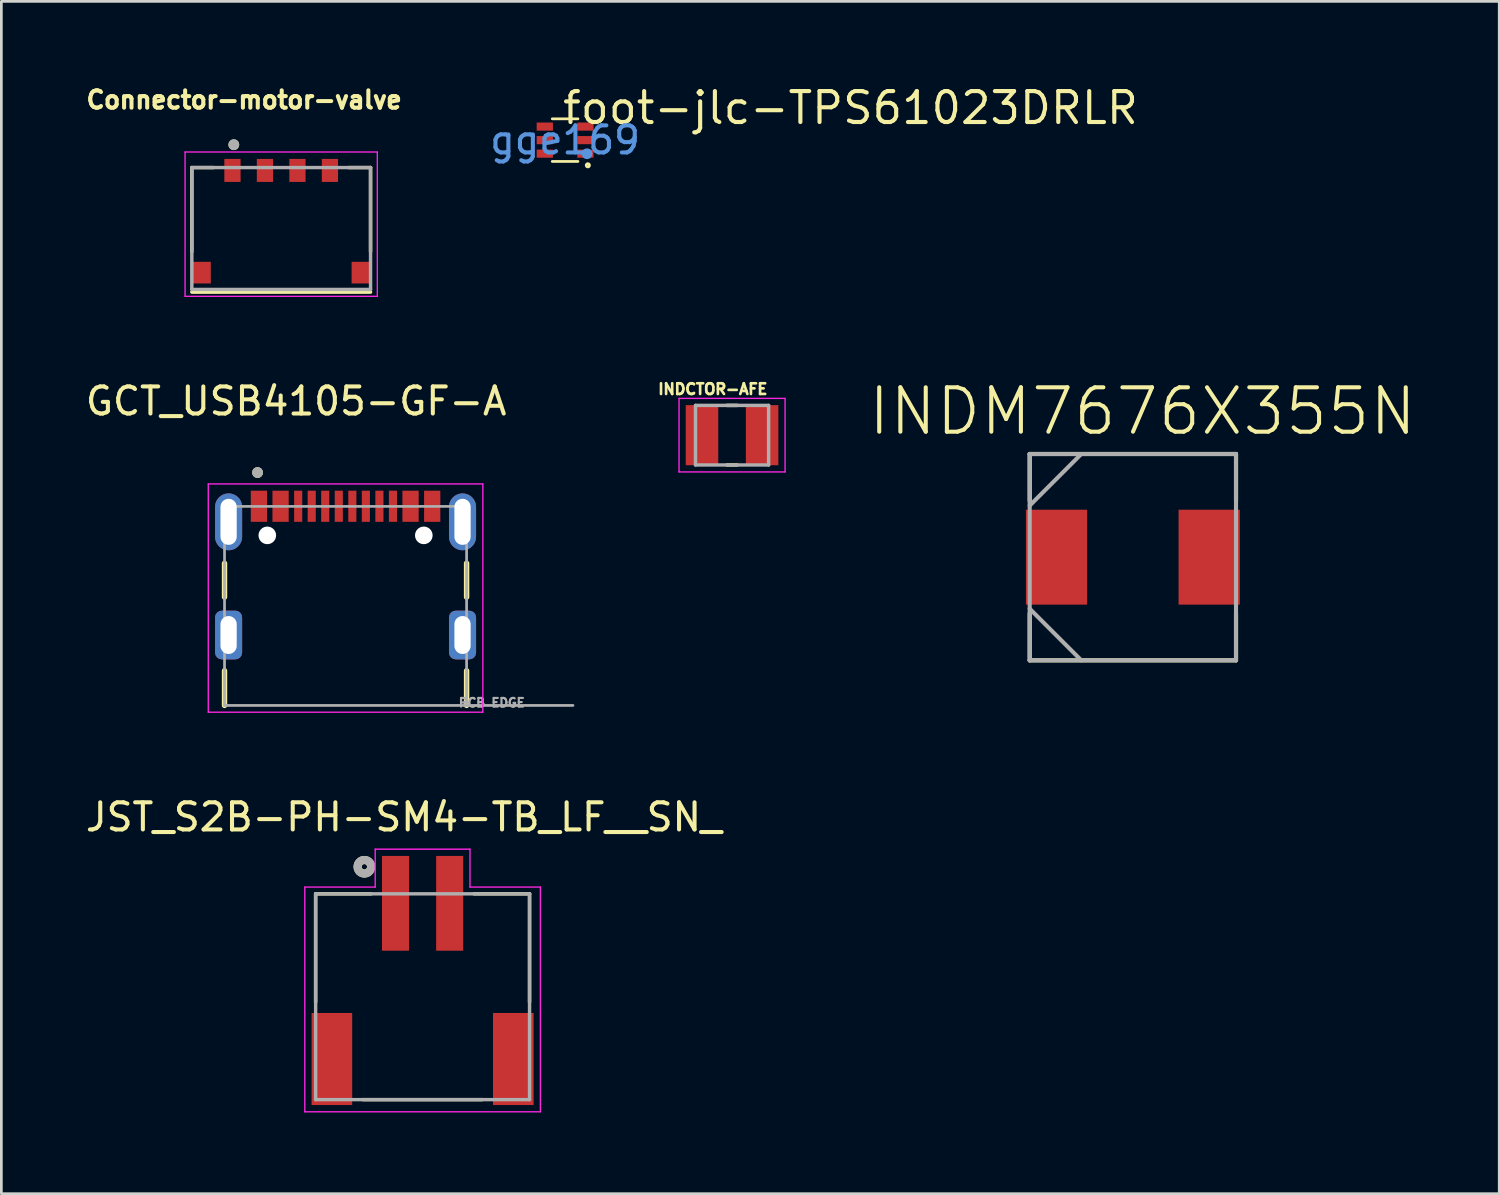
<source format=kicad_pcb>
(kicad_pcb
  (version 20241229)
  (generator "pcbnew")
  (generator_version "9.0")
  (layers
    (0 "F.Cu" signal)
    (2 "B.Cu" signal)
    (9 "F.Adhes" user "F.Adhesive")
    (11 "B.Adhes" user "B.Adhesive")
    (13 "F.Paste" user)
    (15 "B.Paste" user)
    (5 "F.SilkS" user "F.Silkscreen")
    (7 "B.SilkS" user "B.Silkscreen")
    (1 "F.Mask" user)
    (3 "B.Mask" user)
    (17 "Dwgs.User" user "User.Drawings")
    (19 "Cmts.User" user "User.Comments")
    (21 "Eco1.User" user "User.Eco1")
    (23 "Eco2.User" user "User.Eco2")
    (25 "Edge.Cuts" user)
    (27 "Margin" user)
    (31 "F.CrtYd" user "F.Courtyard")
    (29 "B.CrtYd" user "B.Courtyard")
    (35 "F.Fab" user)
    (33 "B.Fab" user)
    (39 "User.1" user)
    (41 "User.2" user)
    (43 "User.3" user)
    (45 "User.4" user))
  (footprint "Connector-motor-valve"
    (layer "F.Cu")
    (at 7.335 3.244)
    (property "Reference" "Connector-motor-valve" (at -1.368 -2.606 0) (layer "F.SilkS") (effects (font (size 0.64 0.64) (thickness 0.15))))
    (attr smd)
    (fp_line (start -3.3 -0.105) (end -3.3 3) (stroke (width 0.127) (type solid)) (layer "F.SilkS"))
    (fp_line (start -3.3 4.495) (end 3.3 4.495) (stroke (width 0.127) (type solid)) (layer "F.SilkS"))
    (fp_line (start -2.5 -0.105) (end -3.3 -0.105) (stroke (width 0.127) (type solid)) (layer "F.SilkS"))
    (fp_line (start 2.5 -0.105) (end 3.3 -0.105) (stroke (width 0.127) (type solid)) (layer "F.SilkS"))
    (fp_line (start 3.3 -0.105) (end 3.3 3) (stroke (width 0.127) (type solid)) (layer "F.SilkS"))
    (fp_circle (center -1.75 -0.95) (end -1.65 -0.95) (stroke (width 0.2) (type solid)) (fill no) (layer "F.SilkS"))
    (fp_line (start -3.55 -0.68) (end -3.55 4.65) (stroke (width 0.05) (type solid)) (layer "F.CrtYd"))
    (fp_line (start -3.55 4.65) (end 3.55 4.65) (stroke (width 0.05) (type solid)) (layer "F.CrtYd"))
    (fp_line (start 3.55 -0.68) (end -3.55 -0.68) (stroke (width 0.05) (type solid)) (layer "F.CrtYd"))
    (fp_line (start 3.55 4.65) (end 3.55 -0.68) (stroke (width 0.05) (type solid)) (layer "F.CrtYd"))
    (fp_line (start -3.3 -0.105) (end -3.3 4.395) (stroke (width 0.127) (type solid)) (layer "F.Fab"))
    (fp_line (start -3.3 4.395) (end 3.3 4.395) (stroke (width 0.127) (type solid)) (layer "F.Fab"))
    (fp_line (start 3.3 -0.105) (end -3.3 -0.105) (stroke (width 0.127) (type solid)) (layer "F.Fab"))
    (fp_line (start 3.3 4.395) (end 3.3 -0.105) (stroke (width 0.127) (type solid)) (layer "F.Fab"))
    (fp_circle (center -1.75 -0.95) (end -1.65 -0.95) (stroke (width 0.2) (type solid)) (fill no) (layer "F.Fab"))
    (pad "1" smd rect (at -1.8 0) (size 0.6 0.85) (layers "F.Cu" "F.Mask" "F.Paste"))
    (pad "2" smd rect (at -0.6 0) (size 0.6 0.85) (layers "F.Cu" "F.Mask" "F.Paste"))
    (pad "3" smd rect (at 0.6 0) (size 0.6 0.85) (layers "F.Cu" "F.Mask" "F.Paste"))
    (pad "4" smd rect (at 1.8 0) (size 0.6 0.85) (layers "F.Cu" "F.Mask" "F.Paste"))
    (pad "S1" smd rect (at 2.95 3.775) (size 0.7 0.8) (layers "F.Cu" "F.Mask" "F.Paste"))
    (pad "S2" smd rect (at -2.95 3.775) (size 0.7 0.8) (layers "F.Cu" "F.Mask" "F.Paste")))
  (footprint "INDM7676X355N"
    (layer "F.Cu")
    (at 38.788 17.527)
    (property "Reference" "INDM7676X355N" (at 0.356 -5.385 0) (layer "F.SilkS") (effects (font (size 1.64 1.64) (thickness 0.15))))
    (attr smd)
    (fp_line (start -3.81 -3.81) (end -3.81 -2.083) (stroke (width 0.152) (type solid)) (layer "F.SilkS"))
    (fp_line (start -3.81 2.083) (end -3.81 3.81) (stroke (width 0.152) (type solid)) (layer "F.SilkS"))
    (fp_line (start -3.81 3.81) (end 3.81 3.81) (stroke (width 0.152) (type solid)) (layer "F.SilkS"))
    (fp_line (start 3.81 -3.81) (end -3.81 -3.81) (stroke (width 0.152) (type solid)) (layer "F.SilkS"))
    (fp_line (start 3.81 -2.083) (end 3.81 -3.81) (stroke (width 0.152) (type solid)) (layer "F.SilkS"))
    (fp_line (start 3.81 3.81) (end 3.81 2.083) (stroke (width 0.152) (type solid)) (layer "F.SilkS"))
    (fp_line (start -3.81 -3.81) (end -3.81 3.81) (stroke (width 0.152) (type solid)) (layer "F.Fab"))
    (fp_line (start -3.81 -1.905) (end -1.905 -3.81) (stroke (width 0.152) (type solid)) (layer "F.Fab"))
    (fp_line (start -3.81 1.905) (end -1.905 3.81) (stroke (width 0.152) (type solid)) (layer "F.Fab"))
    (fp_line (start -3.81 3.81) (end 3.81 3.81) (stroke (width 0.152) (type solid)) (layer "F.Fab"))
    (fp_line (start 3.81 -3.81) (end -3.81 -3.81) (stroke (width 0.152) (type solid)) (layer "F.Fab"))
    (fp_line (start 3.81 3.81) (end 3.81 -3.81) (stroke (width 0.152) (type solid)) (layer "F.Fab"))
    (pad "1" smd rect (at -2.819 0 90) (size 3.505 2.261) (layers "F.Cu" "F.Mask" "F.Paste"))
    (pad "2" smd rect (at 2.819 0 90) (size 3.505 2.261) (layers "F.Cu" "F.Mask" "F.Paste")))
  (footprint "GCT_USB4105-GF-A"
    (layer "F.Cu")
    (at 9.712 20.402)
    (property "Reference" "GCT_USB4105-GF-A" (at -1.825 -8.635 0) (layer "F.SilkS") (effects (font (size 1 1) (thickness 0.15))))
    (attr smd)
    (fp_line (start -4.47 -2.65) (end -4.47 -1.4) (stroke (width 0.2) (type solid)) (layer "F.SilkS"))
    (fp_line (start -4.47 1.32) (end -4.47 2.6) (stroke (width 0.2) (type solid)) (layer "F.SilkS"))
    (fp_line (start 4.47 -2.65) (end 4.47 -1.4) (stroke (width 0.2) (type solid)) (layer "F.SilkS"))
    (fp_line (start 4.47 2.6) (end 4.47 1.32) (stroke (width 0.2) (type solid)) (layer "F.SilkS"))
    (fp_circle (center -3.25 -6) (end -3.15 -6) (stroke (width 0.2) (type solid)) (fill no) (layer "F.SilkS"))
    (fp_line (start -5.07 -5.58) (end -5.07 2.85) (stroke (width 0.05) (type solid)) (layer "F.CrtYd"))
    (fp_line (start -5.07 2.85) (end 5.07 2.85) (stroke (width 0.05) (type solid)) (layer "F.CrtYd"))
    (fp_line (start 5.07 -5.58) (end -5.07 -5.58) (stroke (width 0.05) (type solid)) (layer "F.CrtYd"))
    (fp_line (start 5.07 2.85) (end 5.07 -5.58) (stroke (width 0.05) (type solid)) (layer "F.CrtYd"))
    (fp_line (start -4.47 -4.75) (end 4.47 -4.75) (stroke (width 0.1) (type solid)) (layer "F.Fab"))
    (fp_line (start -4.47 2.6) (end -4.47 -4.75) (stroke (width 0.1) (type solid)) (layer "F.Fab"))
    (fp_line (start 4.47 -4.75) (end 4.47 2.6) (stroke (width 0.1) (type solid)) (layer "F.Fab"))
    (fp_line (start 4.47 2.6) (end -4.47 2.6) (stroke (width 0.1) (type solid)) (layer "F.Fab"))
    (fp_line (start 4.47 2.6) (end 8.4 2.6) (stroke (width 0.1) (type solid)) (layer "F.Fab"))
    (fp_circle (center -3.25 -6) (end -3.15 -6) (stroke (width 0.2) (type solid)) (fill no) (layer "F.Fab"))
    (fp_text user "PCB EDGE" (at 5.4 2.5 0) (layer "F.Fab") (effects (font (size 0.32 0.32) (thickness 0.15))))
    (pad "" np_thru_hole circle (at -2.89 -3.68) (size 0.65 0.65) (drill 0.65) (layers "*.Cu" "*.Mask"))
    (pad "" np_thru_hole circle (at 2.89 -3.68) (size 0.65 0.65) (drill 0.65) (layers "*.Cu" "*.Mask"))
    (pad "A1_B12" smd rect (at -3.2 -4.755) (size 0.6 1.15) (layers "F.Cu" "F.Mask" "F.Paste"))
    (pad "A4_B9" smd rect (at -2.4 -4.755) (size 0.6 1.15) (layers "F.Cu" "F.Mask" "F.Paste"))
    (pad "A5" smd rect (at -1.25 -4.755) (size 0.3 1.15) (layers "F.Cu" "F.Mask" "F.Paste"))
    (pad "A6" smd rect (at -0.25 -4.755) (size 0.3 1.15) (layers "F.Cu" "F.Mask" "F.Paste"))
    (pad "A7" smd rect (at 0.25 -4.755) (size 0.3 1.15) (layers "F.Cu" "F.Mask" "F.Paste"))
    (pad "A8" smd rect (at 1.25 -4.755) (size 0.3 1.15) (layers "F.Cu" "F.Mask" "F.Paste"))
    (pad "B1_A12" smd rect (at 3.2 -4.755) (size 0.6 1.15) (layers "F.Cu" "F.Mask" "F.Paste"))
    (pad "B4_A9" smd rect (at 2.4 -4.755) (size 0.6 1.15) (layers "F.Cu" "F.Mask" "F.Paste"))
    (pad "B5" smd rect (at 1.75 -4.755) (size 0.3 1.15) (layers "F.Cu" "F.Mask" "F.Paste"))
    (pad "B6" smd rect (at 0.75 -4.755) (size 0.3 1.15) (layers "F.Cu" "F.Mask" "F.Paste"))
    (pad "B7" smd rect (at -0.75 -4.755) (size 0.3 1.15) (layers "F.Cu" "F.Mask" "F.Paste"))
    (pad "B8" smd rect (at -1.75 -4.755) (size 0.3 1.15) (layers "F.Cu" "F.Mask" "F.Paste"))
    (pad "SH1" thru_hole oval (at -4.32 -4.18) (size 1 2.1) (drill oval 0.6 1.7) (layers "*.Cu" "*.Mask"))
    (pad "SH2" thru_hole oval (at 4.32 -4.18) (size 1 2.1) (drill oval 0.6 1.7) (layers "*.Cu" "*.Mask"))
    (pad "SH3" thru_hole roundrect (at -4.32 0) (size 1 1.8) (drill oval 0.6 1.4) (layers "*.Cu" "*.Mask") (roundrect_rratio 0.25))
    (pad "SH4" thru_hole roundrect (at 4.32 0) (size 1 1.8) (drill oval 0.6 1.4) (layers "*.Cu" "*.Mask") (roundrect_rratio 0.25)))
  (footprint "foot-jlc-TPS61023DRLR"
    (layer "F.Cu")
    (at 17.82 2.125)
    (property "Reference" "foot-jlc-TPS61023DRLR" (at -0.174 -1.19 0) (layer "F.SilkS") (effects (font (size 1.143 1.143) (thickness 0.152)) (justify left)))
    (attr smd)
    (fp_line (start -0.475 -0.787) (end 0.475 -0.787) (stroke (width 0.1) (type solid)) (layer "F.SilkS"))
    (fp_line (start -0.475 0.787) (end 0.475 0.787) (stroke (width 0.1) (type solid)) (layer "F.SilkS"))
    (fp_circle (center 0.84 0.93) (end 0.9 0.93) (stroke (width 0.102) (type solid)) (fill no) (layer "F.SilkS"))
    (fp_circle (center 0.81 0.503) (end 0.91 0.503) (stroke (width 0.2) (type solid)) (fill no) (layer "Cmts.User"))
    (fp_text user "gge169" (at 0 0 0) (layer "Cmts.User") (effects (font (size 1 1) (thickness 0.15))))
    (pad "1" smd rect (at 0.75 0.5 90) (size 0.3 0.6) (layers "F.Cu" "F.Mask" "F.Paste"))
    (pad "2" smd rect (at 0.75 0 90) (size 0.3 0.6) (layers "F.Cu" "F.Mask" "F.Paste"))
    (pad "3" smd rect (at 0.75 -0.5 90) (size 0.3 0.6) (layers "F.Cu" "F.Mask" "F.Paste"))
    (pad "4" smd rect (at -0.75 -0.5 90) (size 0.3 0.6) (layers "F.Cu" "F.Mask" "F.Paste"))
    (pad "5" smd rect (at -0.75 0 90) (size 0.3 0.6) (layers "F.Cu" "F.Mask" "F.Paste"))
    (pad "6" smd rect (at -0.75 0.5 90) (size 0.3 0.6) (layers "F.Cu" "F.Mask" "F.Paste")))
  (footprint "INDCTOR-AFE"
    (layer "F.Cu")
    (at 23.986 13.022)
    (property "Reference" "INDCTOR-AFE" (at -0.71 -1.7 0) (layer "F.SilkS") (effects (font (size 0.394 0.394) (thickness 0.15))))
    (attr smd)
    (fp_line (start -0.19 -1.1) (end 0.19 -1.1) (stroke (width 0.127) (type solid)) (layer "F.SilkS"))
    (fp_line (start -0.19 1.1) (end 0.19 1.1) (stroke (width 0.127) (type solid)) (layer "F.SilkS"))
    (fp_line (start -1.958 -1.358) (end 1.958 -1.358) (stroke (width 0.05) (type solid)) (layer "F.CrtYd"))
    (fp_line (start -1.958 1.358) (end -1.958 -1.358) (stroke (width 0.05) (type solid)) (layer "F.CrtYd"))
    (fp_line (start -1.958 1.358) (end 1.958 1.358) (stroke (width 0.05) (type solid)) (layer "F.CrtYd"))
    (fp_line (start 1.958 1.358) (end 1.958 -1.358) (stroke (width 0.05) (type solid)) (layer "F.CrtYd"))
    (fp_line (start -1.35 1.1) (end -1.35 -1.1) (stroke (width 0.127) (type solid)) (layer "F.Fab"))
    (fp_line (start 1.35 -1.1) (end -1.35 -1.1) (stroke (width 0.127) (type solid)) (layer "F.Fab"))
    (fp_line (start 1.35 1.1) (end -1.35 1.1) (stroke (width 0.127) (type solid)) (layer "F.Fab"))
    (fp_line (start 1.35 1.1) (end 1.35 -1.1) (stroke (width 0.127) (type solid)) (layer "F.Fab"))
    (pad "1" smd rect (at -1.11 0) (size 1.2 2.22) (layers "F.Cu" "F.Mask" "F.Paste"))
    (pad "2" smd rect (at 1.11 0) (size 1.2 2.22) (layers "F.Cu" "F.Mask" "F.Paste")))
  (footprint "JST_S2B-PH-SM4-TB_LF__SN_"
    (layer "F.Cu")
    (at 12.557 30.311)
    (property "Reference" "JST_S2B-PH-SM4-TB_LF__SN_" (at -0.692 -3.184 0) (layer "F.SilkS") (effects (font (size 1.002 1.002) (thickness 0.15))))
    (attr smd)
    (fp_line (start -3.95 -0.35) (end -3.95 3.65) (stroke (width 0.127) (type solid)) (layer "F.SilkS"))
    (fp_line (start -2.2 7.25) (end 2.2 7.25) (stroke (width 0.127) (type solid)) (layer "F.SilkS"))
    (fp_line (start -1.9 -0.35) (end -3.95 -0.35) (stroke (width 0.127) (type solid)) (layer "F.SilkS"))
    (fp_line (start 3.95 -0.35) (end 1.9 -0.35) (stroke (width 0.127) (type solid)) (layer "F.SilkS"))
    (fp_line (start 3.95 3.65) (end 3.95 -0.35) (stroke (width 0.127) (type solid)) (layer "F.SilkS"))
    (fp_circle (center -2.15 -1.35) (end -2.05 -1.35) (stroke (width 0.3) (type solid)) (fill no) (layer "F.SilkS"))
    (fp_line (start -4.35 -0.6) (end -1.75 -0.6) (stroke (width 0.05) (type solid)) (layer "F.CrtYd"))
    (fp_line (start -4.35 7.7) (end -4.35 -0.6) (stroke (width 0.05) (type solid)) (layer "F.CrtYd"))
    (fp_line (start -1.75 -2) (end 1.75 -2) (stroke (width 0.05) (type solid)) (layer "F.CrtYd"))
    (fp_line (start -1.75 -0.6) (end -1.75 -2) (stroke (width 0.05) (type solid)) (layer "F.CrtYd"))
    (fp_line (start 1.75 -2) (end 1.75 -0.6) (stroke (width 0.05) (type solid)) (layer "F.CrtYd"))
    (fp_line (start 1.75 -0.6) (end 4.35 -0.6) (stroke (width 0.05) (type solid)) (layer "F.CrtYd"))
    (fp_line (start 4.35 -0.6) (end 4.35 7.7) (stroke (width 0.05) (type solid)) (layer "F.CrtYd"))
    (fp_line (start 4.35 7.7) (end -4.35 7.7) (stroke (width 0.05) (type solid)) (layer "F.CrtYd"))
    (fp_line (start -3.95 -0.35) (end 3.95 -0.35) (stroke (width 0.127) (type solid)) (layer "F.Fab"))
    (fp_line (start -3.95 7.25) (end -3.95 -0.35) (stroke (width 0.127) (type solid)) (layer "F.Fab"))
    (fp_line (start 3.95 -0.35) (end 3.95 7.25) (stroke (width 0.127) (type solid)) (layer "F.Fab"))
    (fp_line (start 3.95 7.25) (end -3.95 7.25) (stroke (width 0.127) (type solid)) (layer "F.Fab"))
    (fp_circle (center -2.15 -1.35) (end -2.05 -1.35) (stroke (width 0.3) (type solid)) (fill no) (layer "F.Fab"))
    (pad "1" smd rect (at -1 0 180) (size 1 3.5) (layers "F.Cu" "F.Mask" "F.Paste"))
    (pad "2" smd rect (at 1 0 180) (size 1 3.5) (layers "F.Cu" "F.Mask" "F.Paste"))
    (pad "S1" smd rect (at -3.35 5.75 180) (size 1.5 3.4) (layers "F.Cu" "F.Mask" "F.Paste"))
    (pad "S2" smd rect (at 3.35 5.75 180) (size 1.5 3.4) (layers "F.Cu" "F.Mask" "F.Paste")))
  (gr_rect
    (start -3 -3)
    (end 52.319 41.036)
    (stroke (width 0.1) (type default))
    (fill no)
    (layer "Edge.Cuts")))
</source>
